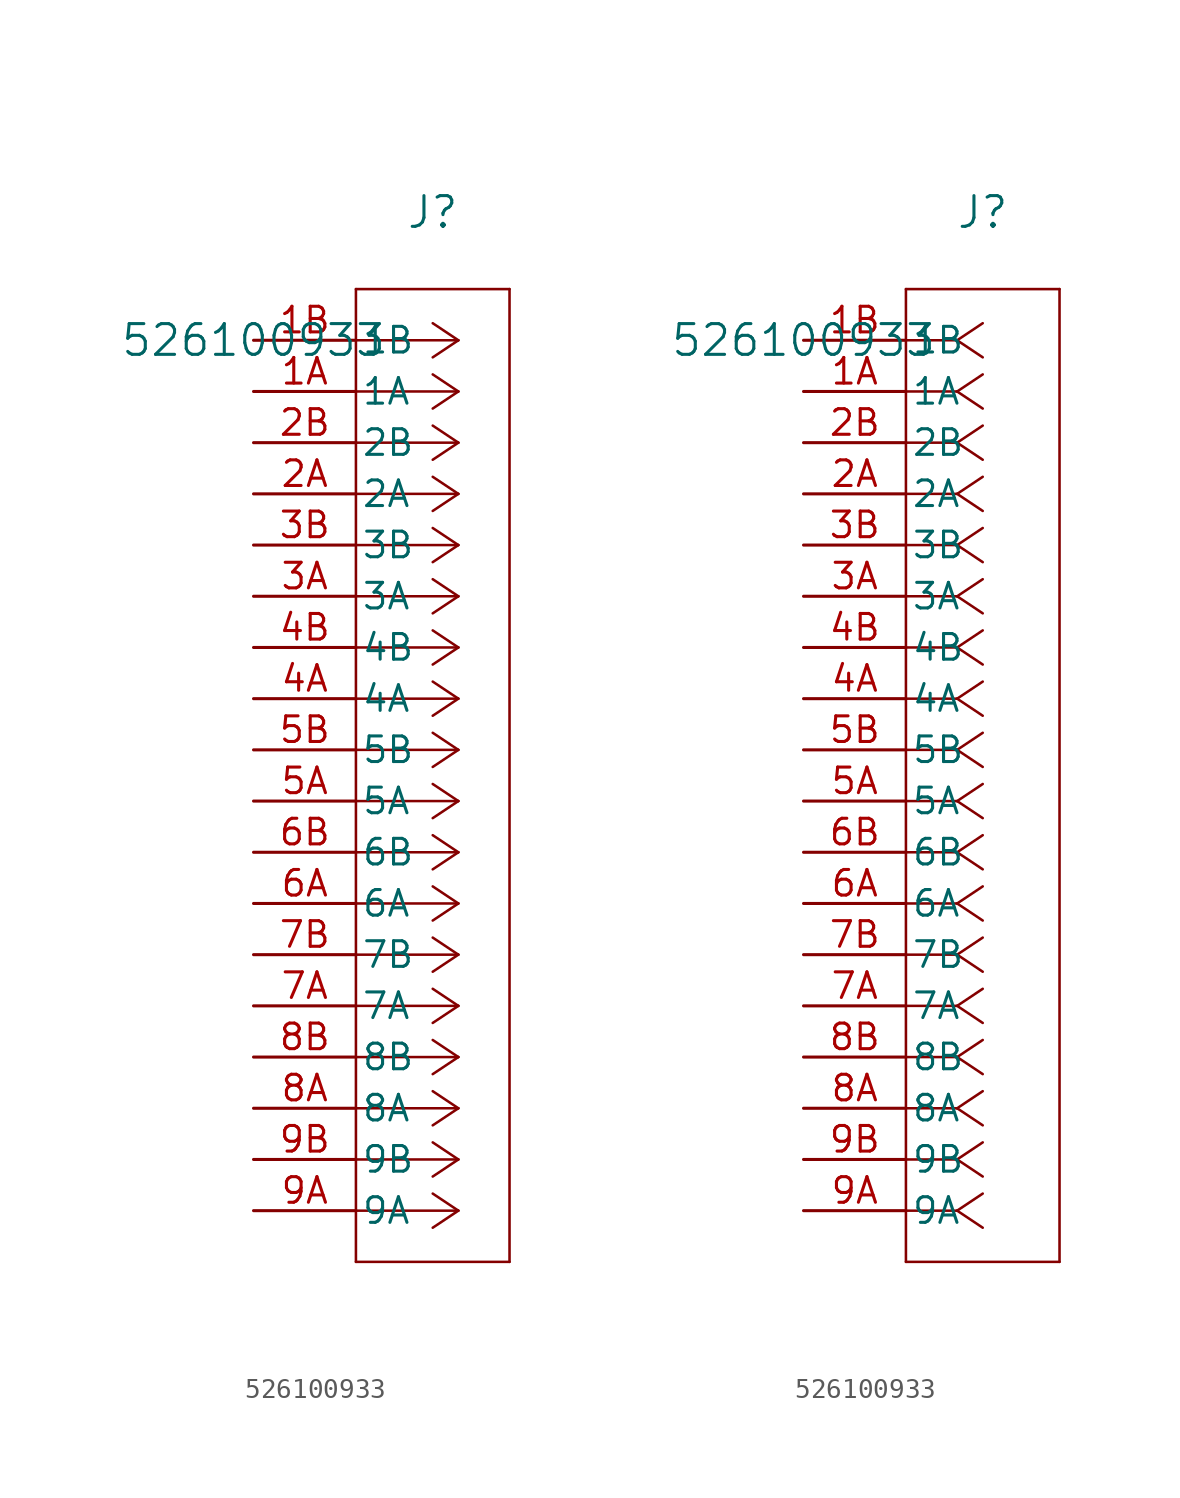
<source format=kicad_sym>
(kicad_symbol_lib
  (version 20211014)
  (generator kicad_symbol_editor)
  (symbol "526100933"
    (pin_names
      (offset 0.254))
    (property "Reference" "J"
      (at 8.89 6.35 0)
      (effects (font (size 1.524 1.524))))
    (property "Value" "526100933"
      (at 0 0 0)
      (effects (font (size 1.524 1.524))))
    (symbol "526100933_1_1"
      (polyline (pts (xy 10.16 0) (xy 5.08 0)) (stroke (width 0.127) (type default) (color 0 0 0 0)) (fill (type none)))
      (polyline (pts (xy 10.16 -2.54) (xy 5.08 -2.54)) (stroke (width 0.127) (type default) (color 0 0 0 0)) (fill (type none)))
      (polyline (pts (xy 10.16 -5.08) (xy 5.08 -5.08)) (stroke (width 0.127) (type default) (color 0 0 0 0)) (fill (type none)))
      (polyline (pts (xy 10.16 -7.62) (xy 5.08 -7.62)) (stroke (width 0.127) (type default) (color 0 0 0 0)) (fill (type none)))
      (polyline (pts (xy 10.16 -10.16) (xy 5.08 -10.16)) (stroke (width 0.127) (type default) (color 0 0 0 0)) (fill (type none)))
      (polyline (pts (xy 10.16 -12.7) (xy 5.08 -12.7)) (stroke (width 0.127) (type default) (color 0 0 0 0)) (fill (type none)))
      (polyline (pts (xy 10.16 -15.24) (xy 5.08 -15.24)) (stroke (width 0.127) (type default) (color 0 0 0 0)) (fill (type none)))
      (polyline (pts (xy 10.16 -17.78) (xy 5.08 -17.78)) (stroke (width 0.127) (type default) (color 0 0 0 0)) (fill (type none)))
      (polyline (pts (xy 10.16 -20.32) (xy 5.08 -20.32)) (stroke (width 0.127) (type default) (color 0 0 0 0)) (fill (type none)))
      (polyline (pts (xy 10.16 -22.86) (xy 5.08 -22.86)) (stroke (width 0.127) (type default) (color 0 0 0 0)) (fill (type none)))
      (polyline (pts (xy 10.16 -25.4) (xy 5.08 -25.4)) (stroke (width 0.127) (type default) (color 0 0 0 0)) (fill (type none)))
      (polyline (pts (xy 10.16 -27.94) (xy 5.08 -27.94)) (stroke (width 0.127) (type default) (color 0 0 0 0)) (fill (type none)))
      (polyline (pts (xy 10.16 -30.48) (xy 5.08 -30.48)) (stroke (width 0.127) (type default) (color 0 0 0 0)) (fill (type none)))
      (polyline (pts (xy 10.16 -33.02) (xy 5.08 -33.02)) (stroke (width 0.127) (type default) (color 0 0 0 0)) (fill (type none)))
      (polyline (pts (xy 10.16 -35.56) (xy 5.08 -35.56)) (stroke (width 0.127) (type default) (color 0 0 0 0)) (fill (type none)))
      (polyline (pts (xy 10.16 -38.1) (xy 5.08 -38.1)) (stroke (width 0.127) (type default) (color 0 0 0 0)) (fill (type none)))
      (polyline (pts (xy 10.16 -40.64) (xy 5.08 -40.64)) (stroke (width 0.127) (type default) (color 0 0 0 0)) (fill (type none)))
      (polyline (pts (xy 10.16 -43.18) (xy 5.08 -43.18)) (stroke (width 0.127) (type default) (color 0 0 0 0)) (fill (type none)))
      (polyline (pts (xy 10.16 0) (xy 8.89 0.847)) (stroke (width 0.127) (type default) (color 0 0 0 0)) (fill (type none)))
      (polyline (pts (xy 10.16 -2.54) (xy 8.89 -1.693)) (stroke (width 0.127) (type default) (color 0 0 0 0)) (fill (type none)))
      (polyline (pts (xy 10.16 -5.08) (xy 8.89 -4.233)) (stroke (width 0.127) (type default) (color 0 0 0 0)) (fill (type none)))
      (polyline (pts (xy 10.16 -7.62) (xy 8.89 -6.773)) (stroke (width 0.127) (type default) (color 0 0 0 0)) (fill (type none)))
      (polyline (pts (xy 10.16 -10.16) (xy 8.89 -9.313)) (stroke (width 0.127) (type default) (color 0 0 0 0)) (fill (type none)))
      (polyline (pts (xy 10.16 -12.7) (xy 8.89 -11.853)) (stroke (width 0.127) (type default) (color 0 0 0 0)) (fill (type none)))
      (polyline (pts (xy 10.16 -15.24) (xy 8.89 -14.393)) (stroke (width 0.127) (type default) (color 0 0 0 0)) (fill (type none)))
      (polyline (pts (xy 10.16 -17.78) (xy 8.89 -16.933)) (stroke (width 0.127) (type default) (color 0 0 0 0)) (fill (type none)))
      (polyline (pts (xy 10.16 -20.32) (xy 8.89 -19.473)) (stroke (width 0.127) (type default) (color 0 0 0 0)) (fill (type none)))
      (polyline (pts (xy 10.16 -22.86) (xy 8.89 -22.013)) (stroke (width 0.127) (type default) (color 0 0 0 0)) (fill (type none)))
      (polyline (pts (xy 10.16 -25.4) (xy 8.89 -24.553)) (stroke (width 0.127) (type default) (color 0 0 0 0)) (fill (type none)))
      (polyline (pts (xy 10.16 -27.94) (xy 8.89 -27.093)) (stroke (width 0.127) (type default) (color 0 0 0 0)) (fill (type none)))
      (polyline (pts (xy 10.16 -30.48) (xy 8.89 -29.633)) (stroke (width 0.127) (type default) (color 0 0 0 0)) (fill (type none)))
      (polyline (pts (xy 10.16 -33.02) (xy 8.89 -32.173)) (stroke (width 0.127) (type default) (color 0 0 0 0)) (fill (type none)))
      (polyline (pts (xy 10.16 -35.56) (xy 8.89 -34.713)) (stroke (width 0.127) (type default) (color 0 0 0 0)) (fill (type none)))
      (polyline (pts (xy 10.16 -38.1) (xy 8.89 -37.253)) (stroke (width 0.127) (type default) (color 0 0 0 0)) (fill (type none)))
      (polyline (pts (xy 10.16 -40.64) (xy 8.89 -39.793)) (stroke (width 0.127) (type default) (color 0 0 0 0)) (fill (type none)))
      (polyline (pts (xy 10.16 -43.18) (xy 8.89 -42.333)) (stroke (width 0.127) (type default) (color 0 0 0 0)) (fill (type none)))
      (polyline (pts (xy 10.16 0) (xy 8.89 -0.847)) (stroke (width 0.127) (type default) (color 0 0 0 0)) (fill (type none)))
      (polyline (pts (xy 10.16 -2.54) (xy 8.89 -3.387)) (stroke (width 0.127) (type default) (color 0 0 0 0)) (fill (type none)))
      (polyline (pts (xy 10.16 -5.08) (xy 8.89 -5.927)) (stroke (width 0.127) (type default) (color 0 0 0 0)) (fill (type none)))
      (polyline (pts (xy 10.16 -7.62) (xy 8.89 -8.467)) (stroke (width 0.127) (type default) (color 0 0 0 0)) (fill (type none)))
      (polyline (pts (xy 10.16 -10.16) (xy 8.89 -11.007)) (stroke (width 0.127) (type default) (color 0 0 0 0)) (fill (type none)))
      (polyline (pts (xy 10.16 -12.7) (xy 8.89 -13.547)) (stroke (width 0.127) (type default) (color 0 0 0 0)) (fill (type none)))
      (polyline (pts (xy 10.16 -15.24) (xy 8.89 -16.087)) (stroke (width 0.127) (type default) (color 0 0 0 0)) (fill (type none)))
      (polyline (pts (xy 10.16 -17.78) (xy 8.89 -18.627)) (stroke (width 0.127) (type default) (color 0 0 0 0)) (fill (type none)))
      (polyline (pts (xy 10.16 -20.32) (xy 8.89 -21.167)) (stroke (width 0.127) (type default) (color 0 0 0 0)) (fill (type none)))
      (polyline (pts (xy 10.16 -22.86) (xy 8.89 -23.707)) (stroke (width 0.127) (type default) (color 0 0 0 0)) (fill (type none)))
      (polyline (pts (xy 10.16 -25.4) (xy 8.89 -26.247)) (stroke (width 0.127) (type default) (color 0 0 0 0)) (fill (type none)))
      (polyline (pts (xy 10.16 -27.94) (xy 8.89 -28.787)) (stroke (width 0.127) (type default) (color 0 0 0 0)) (fill (type none)))
      (polyline (pts (xy 10.16 -30.48) (xy 8.89 -31.327)) (stroke (width 0.127) (type default) (color 0 0 0 0)) (fill (type none)))
      (polyline (pts (xy 10.16 -33.02) (xy 8.89 -33.867)) (stroke (width 0.127) (type default) (color 0 0 0 0)) (fill (type none)))
      (polyline (pts (xy 10.16 -35.56) (xy 8.89 -36.407)) (stroke (width 0.127) (type default) (color 0 0 0 0)) (fill (type none)))
      (polyline (pts (xy 10.16 -38.1) (xy 8.89 -38.947)) (stroke (width 0.127) (type default) (color 0 0 0 0)) (fill (type none)))
      (polyline (pts (xy 10.16 -40.64) (xy 8.89 -41.487)) (stroke (width 0.127) (type default) (color 0 0 0 0)) (fill (type none)))
      (polyline (pts (xy 10.16 -43.18) (xy 8.89 -44.027)) (stroke (width 0.127) (type default) (color 0 0 0 0)) (fill (type none)))
      (polyline (pts (xy 5.08 2.54) (xy 5.08 -45.72)) (stroke (width 0.127) (type default) (color 0 0 0 0)) (fill (type none)))
      (polyline (pts (xy 5.08 -45.72) (xy 12.7 -45.72)) (stroke (width 0.127) (type default) (color 0 0 0 0)) (fill (type none)))
      (polyline (pts (xy 12.7 -45.72) (xy 12.7 2.54)) (stroke (width 0.127) (type default) (color 0 0 0 0)) (fill (type none)))
      (polyline (pts (xy 12.7 2.54) (xy 5.08 2.54)) (stroke (width 0.127) (type default) (color 0 0 0 0)) (fill (type none)))
      (pin unspecified line (at 0 0 0) (length 5.08) (name "1B" (effects (font (size 1.27 1.27)))) (number "1B" (effects (font (size 1.27 1.27)))))
      (pin unspecified line (at 0 -2.54 0) (length 5.08) (name "1A" (effects (font (size 1.27 1.27)))) (number "1A" (effects (font (size 1.27 1.27)))))
      (pin unspecified line (at 0 -5.08 0) (length 5.08) (name "2B" (effects (font (size 1.27 1.27)))) (number "2B" (effects (font (size 1.27 1.27)))))
      (pin unspecified line (at 0 -7.62 0) (length 5.08) (name "2A" (effects (font (size 1.27 1.27)))) (number "2A" (effects (font (size 1.27 1.27)))))
      (pin unspecified line (at 0 -10.16 0) (length 5.08) (name "3B" (effects (font (size 1.27 1.27)))) (number "3B" (effects (font (size 1.27 1.27)))))
      (pin unspecified line (at 0 -12.7 0) (length 5.08) (name "3A" (effects (font (size 1.27 1.27)))) (number "3A" (effects (font (size 1.27 1.27)))))
      (pin unspecified line (at 0 -15.24 0) (length 5.08) (name "4B" (effects (font (size 1.27 1.27)))) (number "4B" (effects (font (size 1.27 1.27)))))
      (pin unspecified line (at 0 -17.78 0) (length 5.08) (name "4A" (effects (font (size 1.27 1.27)))) (number "4A" (effects (font (size 1.27 1.27)))))
      (pin unspecified line (at 0 -20.32 0) (length 5.08) (name "5B" (effects (font (size 1.27 1.27)))) (number "5B" (effects (font (size 1.27 1.27)))))
      (pin unspecified line (at 0 -22.86 0) (length 5.08) (name "5A" (effects (font (size 1.27 1.27)))) (number "5A" (effects (font (size 1.27 1.27)))))
      (pin unspecified line (at 0 -25.4 0) (length 5.08) (name "6B" (effects (font (size 1.27 1.27)))) (number "6B" (effects (font (size 1.27 1.27)))))
      (pin unspecified line (at 0 -27.94 0) (length 5.08) (name "6A" (effects (font (size 1.27 1.27)))) (number "6A" (effects (font (size 1.27 1.27)))))
      (pin unspecified line (at 0 -30.48 0) (length 5.08) (name "7B" (effects (font (size 1.27 1.27)))) (number "7B" (effects (font (size 1.27 1.27)))))
      (pin unspecified line (at 0 -33.02 0) (length 5.08) (name "7A" (effects (font (size 1.27 1.27)))) (number "7A" (effects (font (size 1.27 1.27)))))
      (pin unspecified line (at 0 -35.56 0) (length 5.08) (name "8B" (effects (font (size 1.27 1.27)))) (number "8B" (effects (font (size 1.27 1.27)))))
      (pin unspecified line (at 0 -38.1 0) (length 5.08) (name "8A" (effects (font (size 1.27 1.27)))) (number "8A" (effects (font (size 1.27 1.27)))))
      (pin unspecified line (at 0 -40.64 0) (length 5.08) (name "9B" (effects (font (size 1.27 1.27)))) (number "9B" (effects (font (size 1.27 1.27)))))
      (pin unspecified line (at 0 -43.18 0) (length 5.08) (name "9A" (effects (font (size 1.27 1.27)))) (number "9A" (effects (font (size 1.27 1.27))))))
    (symbol "526100933_1_2"
      (polyline (pts (xy 7.62 0) (xy 5.08 0)) (stroke (width 0.127) (type default) (color 0 0 0 0)) (fill (type none)))
      (polyline (pts (xy 7.62 -2.54) (xy 5.08 -2.54)) (stroke (width 0.127) (type default) (color 0 0 0 0)) (fill (type none)))
      (polyline (pts (xy 7.62 -5.08) (xy 5.08 -5.08)) (stroke (width 0.127) (type default) (color 0 0 0 0)) (fill (type none)))
      (polyline (pts (xy 7.62 -7.62) (xy 5.08 -7.62)) (stroke (width 0.127) (type default) (color 0 0 0 0)) (fill (type none)))
      (polyline (pts (xy 7.62 -10.16) (xy 5.08 -10.16)) (stroke (width 0.127) (type default) (color 0 0 0 0)) (fill (type none)))
      (polyline (pts (xy 7.62 -12.7) (xy 5.08 -12.7)) (stroke (width 0.127) (type default) (color 0 0 0 0)) (fill (type none)))
      (polyline (pts (xy 7.62 -15.24) (xy 5.08 -15.24)) (stroke (width 0.127) (type default) (color 0 0 0 0)) (fill (type none)))
      (polyline (pts (xy 7.62 -17.78) (xy 5.08 -17.78)) (stroke (width 0.127) (type default) (color 0 0 0 0)) (fill (type none)))
      (polyline (pts (xy 7.62 -20.32) (xy 5.08 -20.32)) (stroke (width 0.127) (type default) (color 0 0 0 0)) (fill (type none)))
      (polyline (pts (xy 7.62 -22.86) (xy 5.08 -22.86)) (stroke (width 0.127) (type default) (color 0 0 0 0)) (fill (type none)))
      (polyline (pts (xy 7.62 -25.4) (xy 5.08 -25.4)) (stroke (width 0.127) (type default) (color 0 0 0 0)) (fill (type none)))
      (polyline (pts (xy 7.62 -27.94) (xy 5.08 -27.94)) (stroke (width 0.127) (type default) (color 0 0 0 0)) (fill (type none)))
      (polyline (pts (xy 7.62 -30.48) (xy 5.08 -30.48)) (stroke (width 0.127) (type default) (color 0 0 0 0)) (fill (type none)))
      (polyline (pts (xy 7.62 -33.02) (xy 5.08 -33.02)) (stroke (width 0.127) (type default) (color 0 0 0 0)) (fill (type none)))
      (polyline (pts (xy 7.62 -35.56) (xy 5.08 -35.56)) (stroke (width 0.127) (type default) (color 0 0 0 0)) (fill (type none)))
      (polyline (pts (xy 7.62 -38.1) (xy 5.08 -38.1)) (stroke (width 0.127) (type default) (color 0 0 0 0)) (fill (type none)))
      (polyline (pts (xy 7.62 -40.64) (xy 5.08 -40.64)) (stroke (width 0.127) (type default) (color 0 0 0 0)) (fill (type none)))
      (polyline (pts (xy 7.62 -43.18) (xy 5.08 -43.18)) (stroke (width 0.127) (type default) (color 0 0 0 0)) (fill (type none)))
      (polyline (pts (xy 7.62 0) (xy 8.89 0.847)) (stroke (width 0.127) (type default) (color 0 0 0 0)) (fill (type none)))
      (polyline (pts (xy 7.62 -2.54) (xy 8.89 -1.693)) (stroke (width 0.127) (type default) (color 0 0 0 0)) (fill (type none)))
      (polyline (pts (xy 7.62 -5.08) (xy 8.89 -4.233)) (stroke (width 0.127) (type default) (color 0 0 0 0)) (fill (type none)))
      (polyline (pts (xy 7.62 -7.62) (xy 8.89 -6.773)) (stroke (width 0.127) (type default) (color 0 0 0 0)) (fill (type none)))
      (polyline (pts (xy 7.62 -10.16) (xy 8.89 -9.313)) (stroke (width 0.127) (type default) (color 0 0 0 0)) (fill (type none)))
      (polyline (pts (xy 7.62 -12.7) (xy 8.89 -11.853)) (stroke (width 0.127) (type default) (color 0 0 0 0)) (fill (type none)))
      (polyline (pts (xy 7.62 -15.24) (xy 8.89 -14.393)) (stroke (width 0.127) (type default) (color 0 0 0 0)) (fill (type none)))
      (polyline (pts (xy 7.62 -17.78) (xy 8.89 -16.933)) (stroke (width 0.127) (type default) (color 0 0 0 0)) (fill (type none)))
      (polyline (pts (xy 7.62 -20.32) (xy 8.89 -19.473)) (stroke (width 0.127) (type default) (color 0 0 0 0)) (fill (type none)))
      (polyline (pts (xy 7.62 -22.86) (xy 8.89 -22.013)) (stroke (width 0.127) (type default) (color 0 0 0 0)) (fill (type none)))
      (polyline (pts (xy 7.62 -25.4) (xy 8.89 -24.553)) (stroke (width 0.127) (type default) (color 0 0 0 0)) (fill (type none)))
      (polyline (pts (xy 7.62 -27.94) (xy 8.89 -27.093)) (stroke (width 0.127) (type default) (color 0 0 0 0)) (fill (type none)))
      (polyline (pts (xy 7.62 -30.48) (xy 8.89 -29.633)) (stroke (width 0.127) (type default) (color 0 0 0 0)) (fill (type none)))
      (polyline (pts (xy 7.62 -33.02) (xy 8.89 -32.173)) (stroke (width 0.127) (type default) (color 0 0 0 0)) (fill (type none)))
      (polyline (pts (xy 7.62 -35.56) (xy 8.89 -34.713)) (stroke (width 0.127) (type default) (color 0 0 0 0)) (fill (type none)))
      (polyline (pts (xy 7.62 -38.1) (xy 8.89 -37.253)) (stroke (width 0.127) (type default) (color 0 0 0 0)) (fill (type none)))
      (polyline (pts (xy 7.62 -40.64) (xy 8.89 -39.793)) (stroke (width 0.127) (type default) (color 0 0 0 0)) (fill (type none)))
      (polyline (pts (xy 7.62 -43.18) (xy 8.89 -42.333)) (stroke (width 0.127) (type default) (color 0 0 0 0)) (fill (type none)))
      (polyline (pts (xy 7.62 0) (xy 8.89 -0.847)) (stroke (width 0.127) (type default) (color 0 0 0 0)) (fill (type none)))
      (polyline (pts (xy 7.62 -2.54) (xy 8.89 -3.387)) (stroke (width 0.127) (type default) (color 0 0 0 0)) (fill (type none)))
      (polyline (pts (xy 7.62 -5.08) (xy 8.89 -5.927)) (stroke (width 0.127) (type default) (color 0 0 0 0)) (fill (type none)))
      (polyline (pts (xy 7.62 -7.62) (xy 8.89 -8.467)) (stroke (width 0.127) (type default) (color 0 0 0 0)) (fill (type none)))
      (polyline (pts (xy 7.62 -10.16) (xy 8.89 -11.007)) (stroke (width 0.127) (type default) (color 0 0 0 0)) (fill (type none)))
      (polyline (pts (xy 7.62 -12.7) (xy 8.89 -13.547)) (stroke (width 0.127) (type default) (color 0 0 0 0)) (fill (type none)))
      (polyline (pts (xy 7.62 -15.24) (xy 8.89 -16.087)) (stroke (width 0.127) (type default) (color 0 0 0 0)) (fill (type none)))
      (polyline (pts (xy 7.62 -17.78) (xy 8.89 -18.627)) (stroke (width 0.127) (type default) (color 0 0 0 0)) (fill (type none)))
      (polyline (pts (xy 7.62 -20.32) (xy 8.89 -21.167)) (stroke (width 0.127) (type default) (color 0 0 0 0)) (fill (type none)))
      (polyline (pts (xy 7.62 -22.86) (xy 8.89 -23.707)) (stroke (width 0.127) (type default) (color 0 0 0 0)) (fill (type none)))
      (polyline (pts (xy 7.62 -25.4) (xy 8.89 -26.247)) (stroke (width 0.127) (type default) (color 0 0 0 0)) (fill (type none)))
      (polyline (pts (xy 7.62 -27.94) (xy 8.89 -28.787)) (stroke (width 0.127) (type default) (color 0 0 0 0)) (fill (type none)))
      (polyline (pts (xy 7.62 -30.48) (xy 8.89 -31.327)) (stroke (width 0.127) (type default) (color 0 0 0 0)) (fill (type none)))
      (polyline (pts (xy 7.62 -33.02) (xy 8.89 -33.867)) (stroke (width 0.127) (type default) (color 0 0 0 0)) (fill (type none)))
      (polyline (pts (xy 7.62 -35.56) (xy 8.89 -36.407)) (stroke (width 0.127) (type default) (color 0 0 0 0)) (fill (type none)))
      (polyline (pts (xy 7.62 -38.1) (xy 8.89 -38.947)) (stroke (width 0.127) (type default) (color 0 0 0 0)) (fill (type none)))
      (polyline (pts (xy 7.62 -40.64) (xy 8.89 -41.487)) (stroke (width 0.127) (type default) (color 0 0 0 0)) (fill (type none)))
      (polyline (pts (xy 7.62 -43.18) (xy 8.89 -44.027)) (stroke (width 0.127) (type default) (color 0 0 0 0)) (fill (type none)))
      (polyline (pts (xy 5.08 2.54) (xy 5.08 -45.72)) (stroke (width 0.127) (type default) (color 0 0 0 0)) (fill (type none)))
      (polyline (pts (xy 5.08 -45.72) (xy 12.7 -45.72)) (stroke (width 0.127) (type default) (color 0 0 0 0)) (fill (type none)))
      (polyline (pts (xy 12.7 -45.72) (xy 12.7 2.54)) (stroke (width 0.127) (type default) (color 0 0 0 0)) (fill (type none)))
      (polyline (pts (xy 12.7 2.54) (xy 5.08 2.54)) (stroke (width 0.127) (type default) (color 0 0 0 0)) (fill (type none)))
      (pin unspecified line (at 0 0 0) (length 5.08) (name "1B" (effects (font (size 1.27 1.27)))) (number "1B" (effects (font (size 1.27 1.27)))))
      (pin unspecified line (at 0 -2.54 0) (length 5.08) (name "1A" (effects (font (size 1.27 1.27)))) (number "1A" (effects (font (size 1.27 1.27)))))
      (pin unspecified line (at 0 -5.08 0) (length 5.08) (name "2B" (effects (font (size 1.27 1.27)))) (number "2B" (effects (font (size 1.27 1.27)))))
      (pin unspecified line (at 0 -7.62 0) (length 5.08) (name "2A" (effects (font (size 1.27 1.27)))) (number "2A" (effects (font (size 1.27 1.27)))))
      (pin unspecified line (at 0 -10.16 0) (length 5.08) (name "3B" (effects (font (size 1.27 1.27)))) (number "3B" (effects (font (size 1.27 1.27)))))
      (pin unspecified line (at 0 -12.7 0) (length 5.08) (name "3A" (effects (font (size 1.27 1.27)))) (number "3A" (effects (font (size 1.27 1.27)))))
      (pin unspecified line (at 0 -15.24 0) (length 5.08) (name "4B" (effects (font (size 1.27 1.27)))) (number "4B" (effects (font (size 1.27 1.27)))))
      (pin unspecified line (at 0 -17.78 0) (length 5.08) (name "4A" (effects (font (size 1.27 1.27)))) (number "4A" (effects (font (size 1.27 1.27)))))
      (pin unspecified line (at 0 -20.32 0) (length 5.08) (name "5B" (effects (font (size 1.27 1.27)))) (number "5B" (effects (font (size 1.27 1.27)))))
      (pin unspecified line (at 0 -22.86 0) (length 5.08) (name "5A" (effects (font (size 1.27 1.27)))) (number "5A" (effects (font (size 1.27 1.27)))))
      (pin unspecified line (at 0 -25.4 0) (length 5.08) (name "6B" (effects (font (size 1.27 1.27)))) (number "6B" (effects (font (size 1.27 1.27)))))
      (pin unspecified line (at 0 -27.94 0) (length 5.08) (name "6A" (effects (font (size 1.27 1.27)))) (number "6A" (effects (font (size 1.27 1.27)))))
      (pin unspecified line (at 0 -30.48 0) (length 5.08) (name "7B" (effects (font (size 1.27 1.27)))) (number "7B" (effects (font (size 1.27 1.27)))))
      (pin unspecified line (at 0 -33.02 0) (length 5.08) (name "7A" (effects (font (size 1.27 1.27)))) (number "7A" (effects (font (size 1.27 1.27)))))
      (pin unspecified line (at 0 -35.56 0) (length 5.08) (name "8B" (effects (font (size 1.27 1.27)))) (number "8B" (effects (font (size 1.27 1.27)))))
      (pin unspecified line (at 0 -38.1 0) (length 5.08) (name "8A" (effects (font (size 1.27 1.27)))) (number "8A" (effects (font (size 1.27 1.27)))))
      (pin unspecified line (at 0 -40.64 0) (length 5.08) (name "9B" (effects (font (size 1.27 1.27)))) (number "9B" (effects (font (size 1.27 1.27)))))
      (pin unspecified line (at 0 -43.18 0) (length 5.08) (name "9A" (effects (font (size 1.27 1.27)))) (number "9A" (effects (font (size 1.27 1.27))))))))
</source>
